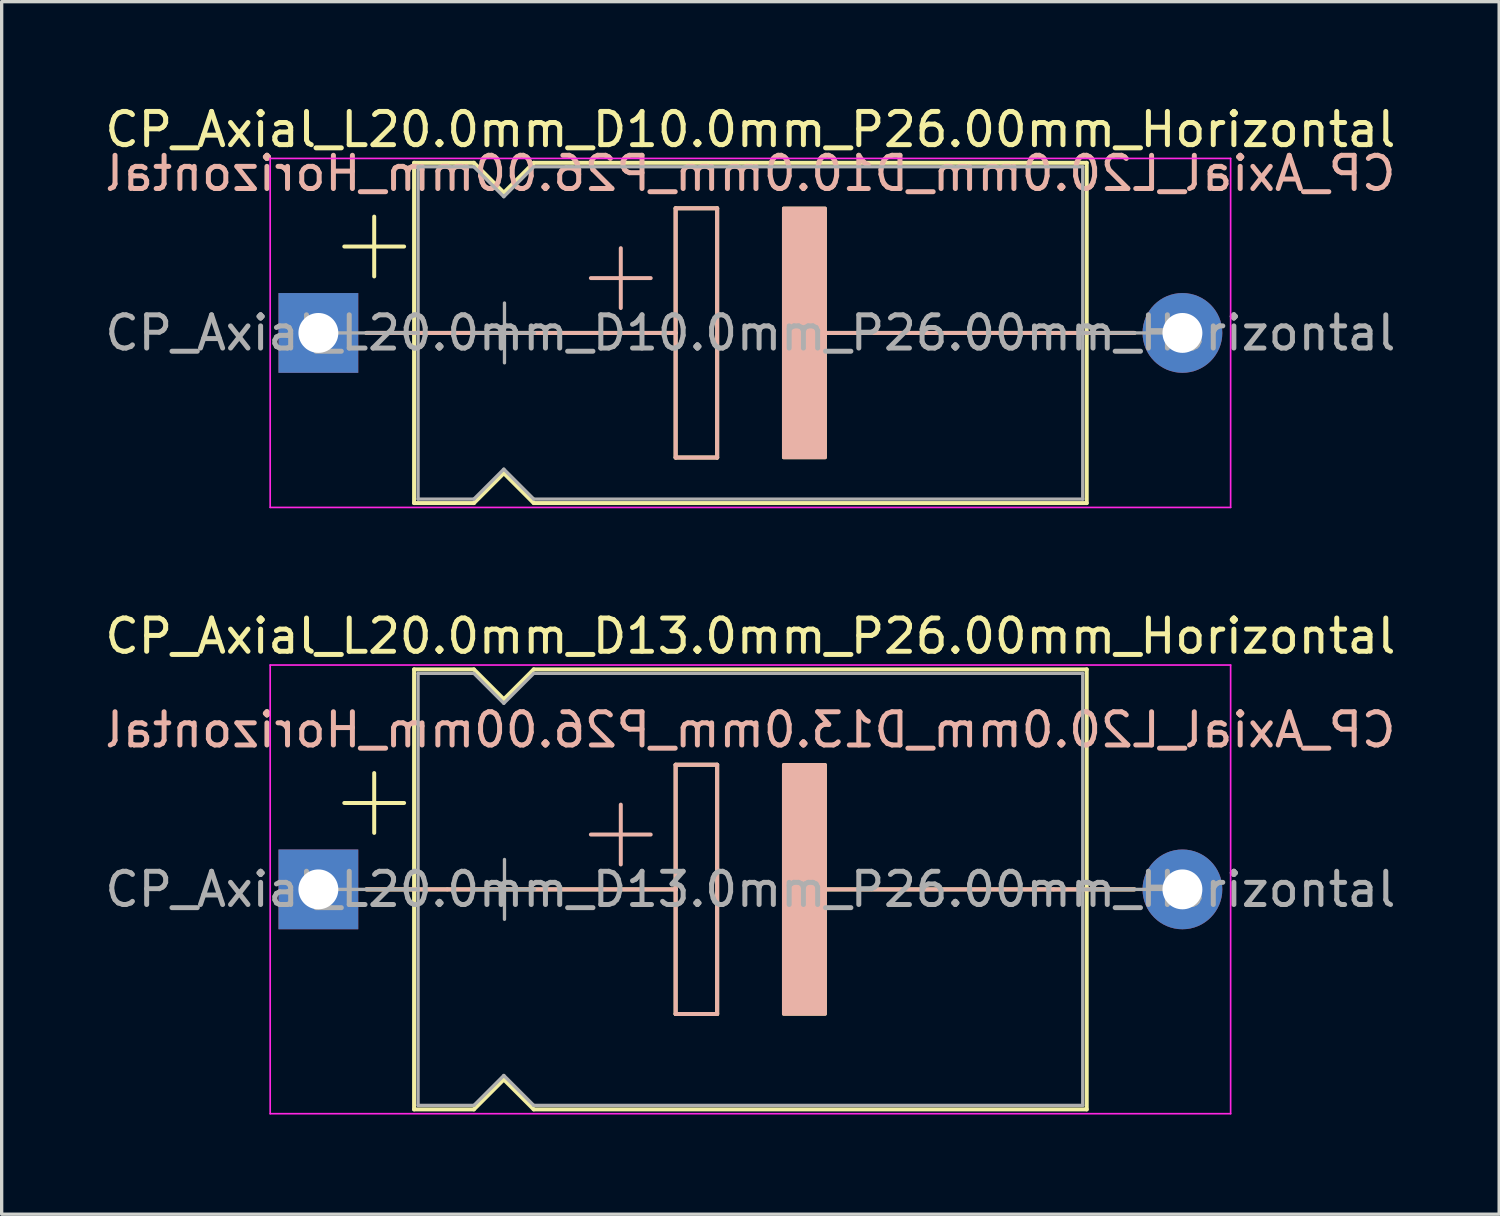
<source format=kicad_pcb>
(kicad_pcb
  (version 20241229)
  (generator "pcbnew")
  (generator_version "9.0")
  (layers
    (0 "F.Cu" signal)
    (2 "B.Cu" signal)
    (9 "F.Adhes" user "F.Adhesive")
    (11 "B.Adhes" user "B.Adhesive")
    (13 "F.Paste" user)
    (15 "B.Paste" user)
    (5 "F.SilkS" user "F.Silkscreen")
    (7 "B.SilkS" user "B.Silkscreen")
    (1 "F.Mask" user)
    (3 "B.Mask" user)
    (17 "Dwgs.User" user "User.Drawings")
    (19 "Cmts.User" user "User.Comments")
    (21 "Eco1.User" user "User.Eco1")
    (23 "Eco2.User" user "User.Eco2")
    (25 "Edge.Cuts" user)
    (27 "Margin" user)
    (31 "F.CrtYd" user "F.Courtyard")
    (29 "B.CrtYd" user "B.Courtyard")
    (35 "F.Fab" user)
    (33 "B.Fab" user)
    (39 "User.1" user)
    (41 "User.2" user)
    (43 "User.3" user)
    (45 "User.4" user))
  (footprint "CP_Axial_L20.0mm_D10.0mm_P26.00mm_Horizontal"
    (layer "F.Cu")
    (at 6.53 6.968)
    (property "Reference" "CP_Axial_L20.0mm_D10.0mm_P26.00mm_Horizontal" (at 13 -6.12 0) (layer "F.SilkS") (effects (font (size 1 1) (thickness 0.15))))
    (fp_line (start 0.78 -2.6) (end 2.58 -2.6) (stroke (width 0.12) (type solid)) (layer "F.SilkS"))
    (fp_line (start 1.44 0) (end 2.88 0) (stroke (width 0.12) (type solid)) (layer "F.SilkS"))
    (fp_line (start 1.68 -3.5) (end 1.68 -1.7) (stroke (width 0.12) (type solid)) (layer "F.SilkS"))
    (fp_line (start 2.88 -5.12) (end 2.88 5.12) (stroke (width 0.12) (type solid)) (layer "F.SilkS"))
    (fp_line (start 2.88 -5.12) (end 4.68 -5.12) (stroke (width 0.12) (type solid)) (layer "F.SilkS"))
    (fp_line (start 2.88 0) (end 10.75 0) (stroke (width 0.12) (type solid)) (layer "F.SilkS"))
    (fp_line (start 2.88 5.12) (end 4.68 5.12) (stroke (width 0.12) (type solid)) (layer "F.SilkS"))
    (fp_line (start 4.68 -5.12) (end 5.58 -4.22) (stroke (width 0.12) (type solid)) (layer "F.SilkS"))
    (fp_line (start 4.68 5.12) (end 5.58 4.22) (stroke (width 0.12) (type solid)) (layer "F.SilkS"))
    (fp_line (start 5.58 -4.22) (end 6.48 -5.12) (stroke (width 0.12) (type solid)) (layer "F.SilkS"))
    (fp_line (start 5.58 4.22) (end 6.48 5.12) (stroke (width 0.12) (type solid)) (layer "F.SilkS"))
    (fp_line (start 6.48 -5.12) (end 23.12 -5.12) (stroke (width 0.12) (type solid)) (layer "F.SilkS"))
    (fp_line (start 6.48 5.12) (end 23.12 5.12) (stroke (width 0.12) (type solid)) (layer "F.SilkS"))
    (fp_line (start 10.75 -3.75) (end 12 -3.75) (stroke (width 0.12) (type solid)) (layer "F.SilkS"))
    (fp_line (start 10.75 0) (end 10.75 -3.75) (stroke (width 0.12) (type solid)) (layer "F.SilkS"))
    (fp_line (start 10.75 3.75) (end 10.75 0) (stroke (width 0.12) (type solid)) (layer "F.SilkS"))
    (fp_line (start 12 -3.75) (end 12 3.75) (stroke (width 0.12) (type solid)) (layer "F.SilkS"))
    (fp_line (start 12 3.75) (end 10.75 3.75) (stroke (width 0.12) (type solid)) (layer "F.SilkS"))
    (fp_line (start 15.25 0) (end 23.12 0) (stroke (width 0.12) (type solid)) (layer "F.SilkS"))
    (fp_line (start 23.12 -5.12) (end 23.12 5.12) (stroke (width 0.12) (type solid)) (layer "F.SilkS"))
    (fp_line (start 24.56 0) (end 23.12 0) (stroke (width 0.12) (type solid)) (layer "F.SilkS"))
    (fp_poly (pts (xy 15.25 3.75) (xy 14 3.75) (xy 14 -3.75) (xy 15.25 -3.75)) (stroke (width 0.1) (type solid)) (fill yes) (layer "F.SilkS"))
    (fp_line (start 1.45 0) (end 3.88 0) (stroke (width 0.12) (type solid)) (layer "B.SilkS"))
    (fp_line (start 3.88 0) (end 10.75 0) (stroke (width 0.12) (type solid)) (layer "B.SilkS"))
    (fp_line (start 9.1 -2.55) (end 9.1 -0.75) (stroke (width 0.12) (type solid)) (layer "B.SilkS"))
    (fp_line (start 10 -1.65) (end 8.2 -1.65) (stroke (width 0.12) (type solid)) (layer "B.SilkS"))
    (fp_line (start 10.75 -3.75) (end 12 -3.75) (stroke (width 0.12) (type solid)) (layer "B.SilkS"))
    (fp_line (start 10.75 0) (end 10.75 -3.75) (stroke (width 0.12) (type solid)) (layer "B.SilkS"))
    (fp_line (start 10.75 3.75) (end 10.75 0) (stroke (width 0.12) (type solid)) (layer "B.SilkS"))
    (fp_line (start 12 -3.75) (end 12 3.75) (stroke (width 0.12) (type solid)) (layer "B.SilkS"))
    (fp_line (start 12 3.75) (end 10.75 3.75) (stroke (width 0.12) (type solid)) (layer "B.SilkS"))
    (fp_line (start 15.25 0) (end 22.12 0) (stroke (width 0.12) (type solid)) (layer "B.SilkS"))
    (fp_line (start 24.55 0) (end 22.12 0) (stroke (width 0.12) (type solid)) (layer "B.SilkS"))
    (fp_poly (pts (xy 15.25 3.75) (xy 14 3.75) (xy 14 -3.75) (xy 15.25 -3.75)) (stroke (width 0.1) (type solid)) (fill yes) (layer "B.SilkS"))
    (fp_line (start -1.45 -5.25) (end -1.45 5.25) (stroke (width 0.05) (type solid)) (layer "F.CrtYd"))
    (fp_line (start -1.45 5.25) (end 27.45 5.25) (stroke (width 0.05) (type solid)) (layer "F.CrtYd"))
    (fp_line (start 27.45 -5.25) (end -1.45 -5.25) (stroke (width 0.05) (type solid)) (layer "F.CrtYd"))
    (fp_line (start 27.45 5.25) (end 27.45 -5.25) (stroke (width 0.05) (type solid)) (layer "F.CrtYd"))
    (fp_line (start 0 0) (end 3 0) (stroke (width 0.1) (type solid)) (layer "F.Fab"))
    (fp_line (start 3 -5) (end 3 5) (stroke (width 0.1) (type solid)) (layer "F.Fab"))
    (fp_line (start 3 -5) (end 4.68 -5) (stroke (width 0.1) (type solid)) (layer "F.Fab"))
    (fp_line (start 3 5) (end 4.68 5) (stroke (width 0.1) (type solid)) (layer "F.Fab"))
    (fp_line (start 4.68 -5) (end 5.58 -4.1) (stroke (width 0.1) (type solid)) (layer "F.Fab"))
    (fp_line (start 4.68 5) (end 5.58 4.1) (stroke (width 0.1) (type solid)) (layer "F.Fab"))
    (fp_line (start 4.7 0) (end 6.5 0) (stroke (width 0.1) (type solid)) (layer "F.Fab"))
    (fp_line (start 5.58 -4.1) (end 6.48 -5) (stroke (width 0.1) (type solid)) (layer "F.Fab"))
    (fp_line (start 5.58 4.1) (end 6.48 5) (stroke (width 0.1) (type solid)) (layer "F.Fab"))
    (fp_line (start 5.6 -0.9) (end 5.6 0.9) (stroke (width 0.1) (type solid)) (layer "F.Fab"))
    (fp_line (start 6.48 -5) (end 23 -5) (stroke (width 0.1) (type solid)) (layer "F.Fab"))
    (fp_line (start 6.48 5) (end 23 5) (stroke (width 0.1) (type solid)) (layer "F.Fab"))
    (fp_line (start 23 -5) (end 23 5) (stroke (width 0.1) (type solid)) (layer "F.Fab"))
    (fp_line (start 26 0) (end 23 0) (stroke (width 0.1) (type solid)) (layer "F.Fab"))
    (fp_text user "${REFERENCE}" (at 13 -4.8 0) (layer "B.SilkS") (effects (font (size 1 1) (thickness 0.15)) (justify mirror)))
    (fp_text user "${REFERENCE}" (at 13 0 0) (layer "F.Fab") (effects (font (size 1 1) (thickness 0.15))))
    (pad "1" thru_hole rect (at 0 0) (size 2.4 2.4) (drill 1.2) (layers "*.Cu" "*.Mask"))
    (pad "2" thru_hole oval (at 26 0) (size 2.4 2.4) (drill 1.2) (layers "*.Cu" "*.Mask")))
  (footprint "CP_Axial_L20.0mm_D13.0mm_P26.00mm_Horizontal"
    (layer "F.Cu")
    (at 6.53 23.712)
    (property "Reference" "CP_Axial_L20.0mm_D13.0mm_P26.00mm_Horizontal" (at 13 -7.62 0) (layer "F.SilkS") (effects (font (size 1 1) (thickness 0.15))))
    (fp_line (start 0.78 -2.6) (end 2.58 -2.6) (stroke (width 0.12) (type solid)) (layer "F.SilkS"))
    (fp_line (start 1.44 0) (end 2.88 0) (stroke (width 0.12) (type solid)) (layer "F.SilkS"))
    (fp_line (start 1.68 -3.5) (end 1.68 -1.7) (stroke (width 0.12) (type solid)) (layer "F.SilkS"))
    (fp_line (start 2.88 -6.62) (end 2.88 6.62) (stroke (width 0.12) (type solid)) (layer "F.SilkS"))
    (fp_line (start 2.88 -6.62) (end 4.68 -6.62) (stroke (width 0.12) (type solid)) (layer "F.SilkS"))
    (fp_line (start 2.88 0) (end 10.75 0) (stroke (width 0.12) (type solid)) (layer "F.SilkS"))
    (fp_line (start 2.88 6.62) (end 4.68 6.62) (stroke (width 0.12) (type solid)) (layer "F.SilkS"))
    (fp_line (start 4.68 -6.62) (end 5.58 -5.72) (stroke (width 0.12) (type solid)) (layer "F.SilkS"))
    (fp_line (start 4.68 6.62) (end 5.58 5.72) (stroke (width 0.12) (type solid)) (layer "F.SilkS"))
    (fp_line (start 5.58 -5.72) (end 6.48 -6.62) (stroke (width 0.12) (type solid)) (layer "F.SilkS"))
    (fp_line (start 5.58 5.72) (end 6.48 6.62) (stroke (width 0.12) (type solid)) (layer "F.SilkS"))
    (fp_line (start 6.48 -6.62) (end 23.12 -6.62) (stroke (width 0.12) (type solid)) (layer "F.SilkS"))
    (fp_line (start 6.48 6.62) (end 23.12 6.62) (stroke (width 0.12) (type solid)) (layer "F.SilkS"))
    (fp_line (start 10.75 -3.75) (end 12 -3.75) (stroke (width 0.12) (type solid)) (layer "F.SilkS"))
    (fp_line (start 10.75 0) (end 10.75 -3.75) (stroke (width 0.12) (type solid)) (layer "F.SilkS"))
    (fp_line (start 10.75 3.75) (end 10.75 0) (stroke (width 0.12) (type solid)) (layer "F.SilkS"))
    (fp_line (start 12 -3.75) (end 12 3.75) (stroke (width 0.12) (type solid)) (layer "F.SilkS"))
    (fp_line (start 12 3.75) (end 10.75 3.75) (stroke (width 0.12) (type solid)) (layer "F.SilkS"))
    (fp_line (start 15.25 0) (end 23.12 0) (stroke (width 0.12) (type solid)) (layer "F.SilkS"))
    (fp_line (start 23.12 -6.62) (end 23.12 6.62) (stroke (width 0.12) (type solid)) (layer "F.SilkS"))
    (fp_line (start 24.56 0) (end 23.12 0) (stroke (width 0.12) (type solid)) (layer "F.SilkS"))
    (fp_poly (pts (xy 15.25 3.75) (xy 14 3.75) (xy 14 -3.75) (xy 15.25 -3.75)) (stroke (width 0.1) (type solid)) (fill yes) (layer "F.SilkS"))
    (fp_line (start 1.45 0) (end 3.88 0) (stroke (width 0.12) (type solid)) (layer "B.SilkS"))
    (fp_line (start 3.88 0) (end 10.75 0) (stroke (width 0.12) (type solid)) (layer "B.SilkS"))
    (fp_line (start 9.1 -2.55) (end 9.1 -0.75) (stroke (width 0.12) (type solid)) (layer "B.SilkS"))
    (fp_line (start 10 -1.65) (end 8.2 -1.65) (stroke (width 0.12) (type solid)) (layer "B.SilkS"))
    (fp_line (start 10.75 -3.75) (end 12 -3.75) (stroke (width 0.12) (type solid)) (layer "B.SilkS"))
    (fp_line (start 10.75 0) (end 10.75 -3.75) (stroke (width 0.12) (type solid)) (layer "B.SilkS"))
    (fp_line (start 10.75 3.75) (end 10.75 0) (stroke (width 0.12) (type solid)) (layer "B.SilkS"))
    (fp_line (start 12 -3.75) (end 12 3.75) (stroke (width 0.12) (type solid)) (layer "B.SilkS"))
    (fp_line (start 12 3.75) (end 10.75 3.75) (stroke (width 0.12) (type solid)) (layer "B.SilkS"))
    (fp_line (start 15.25 0) (end 22.12 0) (stroke (width 0.12) (type solid)) (layer "B.SilkS"))
    (fp_line (start 24.55 0) (end 22.12 0) (stroke (width 0.12) (type solid)) (layer "B.SilkS"))
    (fp_poly (pts (xy 15.25 3.75) (xy 14 3.75) (xy 14 -3.75) (xy 15.25 -3.75)) (stroke (width 0.1) (type solid)) (fill yes) (layer "B.SilkS"))
    (fp_line (start -1.45 -6.75) (end -1.45 6.75) (stroke (width 0.05) (type solid)) (layer "F.CrtYd"))
    (fp_line (start -1.45 6.75) (end 27.45 6.75) (stroke (width 0.05) (type solid)) (layer "F.CrtYd"))
    (fp_line (start 27.45 -6.75) (end -1.45 -6.75) (stroke (width 0.05) (type solid)) (layer "F.CrtYd"))
    (fp_line (start 27.45 6.75) (end 27.45 -6.75) (stroke (width 0.05) (type solid)) (layer "F.CrtYd"))
    (fp_line (start 0 0) (end 3 0) (stroke (width 0.1) (type solid)) (layer "F.Fab"))
    (fp_line (start 3 -6.5) (end 3 6.5) (stroke (width 0.1) (type solid)) (layer "F.Fab"))
    (fp_line (start 3 -6.5) (end 4.68 -6.5) (stroke (width 0.1) (type solid)) (layer "F.Fab"))
    (fp_line (start 3 6.5) (end 4.68 6.5) (stroke (width 0.1) (type solid)) (layer "F.Fab"))
    (fp_line (start 4.68 -6.5) (end 5.58 -5.6) (stroke (width 0.1) (type solid)) (layer "F.Fab"))
    (fp_line (start 4.68 6.5) (end 5.58 5.6) (stroke (width 0.1) (type solid)) (layer "F.Fab"))
    (fp_line (start 4.7 0) (end 6.5 0) (stroke (width 0.1) (type solid)) (layer "F.Fab"))
    (fp_line (start 5.58 -5.6) (end 6.48 -6.5) (stroke (width 0.1) (type solid)) (layer "F.Fab"))
    (fp_line (start 5.58 5.6) (end 6.48 6.5) (stroke (width 0.1) (type solid)) (layer "F.Fab"))
    (fp_line (start 5.6 -0.9) (end 5.6 0.9) (stroke (width 0.1) (type solid)) (layer "F.Fab"))
    (fp_line (start 6.48 -6.5) (end 23 -6.5) (stroke (width 0.1) (type solid)) (layer "F.Fab"))
    (fp_line (start 6.48 6.5) (end 23 6.5) (stroke (width 0.1) (type solid)) (layer "F.Fab"))
    (fp_line (start 23 -6.5) (end 23 6.5) (stroke (width 0.1) (type solid)) (layer "F.Fab"))
    (fp_line (start 26 0) (end 23 0) (stroke (width 0.1) (type solid)) (layer "F.Fab"))
    (fp_text user "${REFERENCE}" (at 13 -4.8 0) (layer "B.SilkS") (effects (font (size 1 1) (thickness 0.15)) (justify mirror)))
    (fp_text user "${REFERENCE}" (at 13 0 0) (layer "F.Fab") (effects (font (size 1 1) (thickness 0.15))))
    (pad "1" thru_hole rect (at 0 0) (size 2.4 2.4) (drill 1.2) (layers "*.Cu" "*.Mask"))
    (pad "2" thru_hole oval (at 26 0) (size 2.4 2.4) (drill 1.2) (layers "*.Cu" "*.Mask")))
  (gr_rect
    (start -3 -3)
    (end 42.06 33.486)
    (stroke (width 0.1) (type default))
    (fill no)
    (layer "Edge.Cuts")))
</source>
